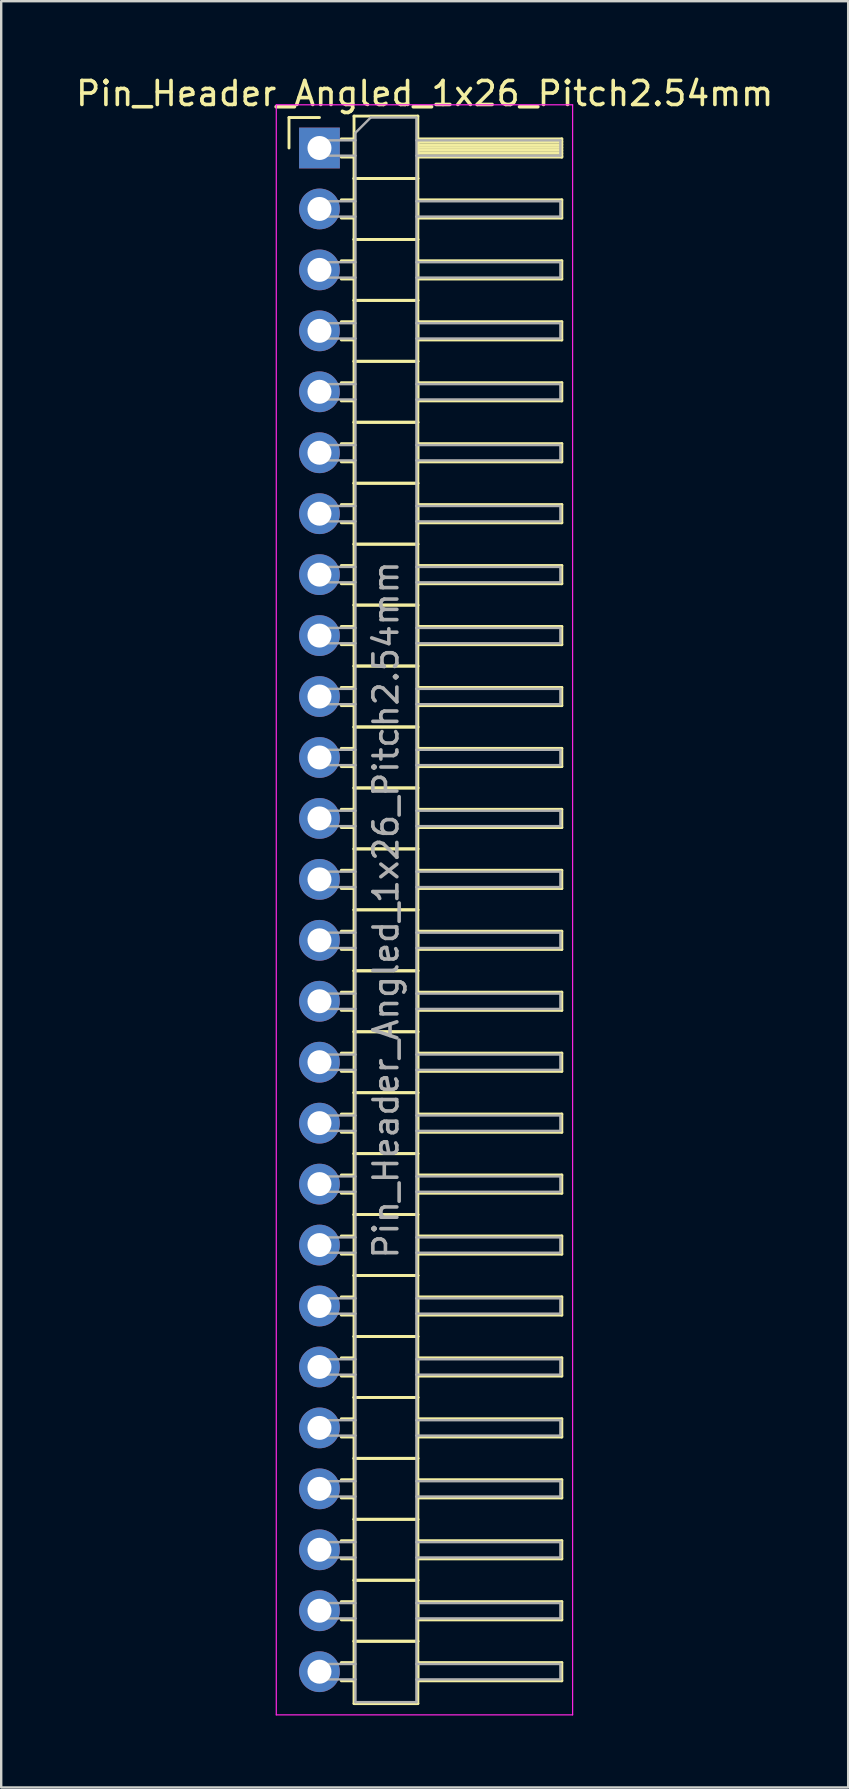
<source format=kicad_pcb>
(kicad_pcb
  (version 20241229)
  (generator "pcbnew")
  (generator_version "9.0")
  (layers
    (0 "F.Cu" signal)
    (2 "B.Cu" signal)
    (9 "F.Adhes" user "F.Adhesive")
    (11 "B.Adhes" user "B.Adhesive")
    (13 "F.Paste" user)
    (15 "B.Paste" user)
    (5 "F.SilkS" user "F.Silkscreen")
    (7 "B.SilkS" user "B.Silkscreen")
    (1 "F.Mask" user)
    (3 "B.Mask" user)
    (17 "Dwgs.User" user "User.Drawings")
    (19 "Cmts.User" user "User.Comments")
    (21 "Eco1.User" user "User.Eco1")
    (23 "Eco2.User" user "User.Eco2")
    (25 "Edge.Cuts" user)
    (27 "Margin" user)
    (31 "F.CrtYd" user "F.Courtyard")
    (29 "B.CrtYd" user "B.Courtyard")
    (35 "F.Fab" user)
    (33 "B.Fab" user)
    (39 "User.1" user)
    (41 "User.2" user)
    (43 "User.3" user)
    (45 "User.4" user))
  (footprint "Pin_Header_Angled_1x26_Pitch2.54mm"
    (layer "F.Cu")
    (at 10.264 3.118)
    (property "Reference" "Pin_Header_Angled_1x26_Pitch2.54mm" (at 4.385 -2.27 0) (layer "F.SilkS") (effects (font (size 1 1) (thickness 0.15))))
    (attr through_hole)
    (fp_line (start -1.27 -1.27) (end 0 -1.27) (stroke (width 0.12) (type solid)) (layer "F.SilkS"))
    (fp_line (start -1.27 0) (end -1.27 -1.27) (stroke (width 0.12) (type solid)) (layer "F.SilkS"))
    (fp_line (start 0.91 -0.38) (end 1.44 -0.38) (stroke (width 0.12) (type solid)) (layer "F.SilkS"))
    (fp_line (start 0.91 0.38) (end 1.44 0.38) (stroke (width 0.12) (type solid)) (layer "F.SilkS"))
    (fp_line (start 0.91 2.16) (end 1.44 2.16) (stroke (width 0.12) (type solid)) (layer "F.SilkS"))
    (fp_line (start 0.91 2.92) (end 1.44 2.92) (stroke (width 0.12) (type solid)) (layer "F.SilkS"))
    (fp_line (start 0.91 4.7) (end 1.44 4.7) (stroke (width 0.12) (type solid)) (layer "F.SilkS"))
    (fp_line (start 0.91 5.46) (end 1.44 5.46) (stroke (width 0.12) (type solid)) (layer "F.SilkS"))
    (fp_line (start 0.91 7.24) (end 1.44 7.24) (stroke (width 0.12) (type solid)) (layer "F.SilkS"))
    (fp_line (start 0.91 8) (end 1.44 8) (stroke (width 0.12) (type solid)) (layer "F.SilkS"))
    (fp_line (start 0.91 9.78) (end 1.44 9.78) (stroke (width 0.12) (type solid)) (layer "F.SilkS"))
    (fp_line (start 0.91 10.54) (end 1.44 10.54) (stroke (width 0.12) (type solid)) (layer "F.SilkS"))
    (fp_line (start 0.91 12.32) (end 1.44 12.32) (stroke (width 0.12) (type solid)) (layer "F.SilkS"))
    (fp_line (start 0.91 13.08) (end 1.44 13.08) (stroke (width 0.12) (type solid)) (layer "F.SilkS"))
    (fp_line (start 0.91 14.86) (end 1.44 14.86) (stroke (width 0.12) (type solid)) (layer "F.SilkS"))
    (fp_line (start 0.91 15.62) (end 1.44 15.62) (stroke (width 0.12) (type solid)) (layer "F.SilkS"))
    (fp_line (start 0.91 17.4) (end 1.44 17.4) (stroke (width 0.12) (type solid)) (layer "F.SilkS"))
    (fp_line (start 0.91 18.16) (end 1.44 18.16) (stroke (width 0.12) (type solid)) (layer "F.SilkS"))
    (fp_line (start 0.91 19.94) (end 1.44 19.94) (stroke (width 0.12) (type solid)) (layer "F.SilkS"))
    (fp_line (start 0.91 20.7) (end 1.44 20.7) (stroke (width 0.12) (type solid)) (layer "F.SilkS"))
    (fp_line (start 0.91 22.48) (end 1.44 22.48) (stroke (width 0.12) (type solid)) (layer "F.SilkS"))
    (fp_line (start 0.91 23.24) (end 1.44 23.24) (stroke (width 0.12) (type solid)) (layer "F.SilkS"))
    (fp_line (start 0.91 25.02) (end 1.44 25.02) (stroke (width 0.12) (type solid)) (layer "F.SilkS"))
    (fp_line (start 0.91 25.78) (end 1.44 25.78) (stroke (width 0.12) (type solid)) (layer "F.SilkS"))
    (fp_line (start 0.91 27.56) (end 1.44 27.56) (stroke (width 0.12) (type solid)) (layer "F.SilkS"))
    (fp_line (start 0.91 28.32) (end 1.44 28.32) (stroke (width 0.12) (type solid)) (layer "F.SilkS"))
    (fp_line (start 0.91 30.1) (end 1.44 30.1) (stroke (width 0.12) (type solid)) (layer "F.SilkS"))
    (fp_line (start 0.91 30.86) (end 1.44 30.86) (stroke (width 0.12) (type solid)) (layer "F.SilkS"))
    (fp_line (start 0.91 32.64) (end 1.44 32.64) (stroke (width 0.12) (type solid)) (layer "F.SilkS"))
    (fp_line (start 0.91 33.4) (end 1.44 33.4) (stroke (width 0.12) (type solid)) (layer "F.SilkS"))
    (fp_line (start 0.91 35.18) (end 1.44 35.18) (stroke (width 0.12) (type solid)) (layer "F.SilkS"))
    (fp_line (start 0.91 35.94) (end 1.44 35.94) (stroke (width 0.12) (type solid)) (layer "F.SilkS"))
    (fp_line (start 0.91 37.72) (end 1.44 37.72) (stroke (width 0.12) (type solid)) (layer "F.SilkS"))
    (fp_line (start 0.91 38.48) (end 1.44 38.48) (stroke (width 0.12) (type solid)) (layer "F.SilkS"))
    (fp_line (start 0.91 40.26) (end 1.44 40.26) (stroke (width 0.12) (type solid)) (layer "F.SilkS"))
    (fp_line (start 0.91 41.02) (end 1.44 41.02) (stroke (width 0.12) (type solid)) (layer "F.SilkS"))
    (fp_line (start 0.91 42.8) (end 1.44 42.8) (stroke (width 0.12) (type solid)) (layer "F.SilkS"))
    (fp_line (start 0.91 43.56) (end 1.44 43.56) (stroke (width 0.12) (type solid)) (layer "F.SilkS"))
    (fp_line (start 0.91 45.34) (end 1.44 45.34) (stroke (width 0.12) (type solid)) (layer "F.SilkS"))
    (fp_line (start 0.91 46.1) (end 1.44 46.1) (stroke (width 0.12) (type solid)) (layer "F.SilkS"))
    (fp_line (start 0.91 47.88) (end 1.44 47.88) (stroke (width 0.12) (type solid)) (layer "F.SilkS"))
    (fp_line (start 0.91 48.64) (end 1.44 48.64) (stroke (width 0.12) (type solid)) (layer "F.SilkS"))
    (fp_line (start 0.91 50.42) (end 1.44 50.42) (stroke (width 0.12) (type solid)) (layer "F.SilkS"))
    (fp_line (start 0.91 51.18) (end 1.44 51.18) (stroke (width 0.12) (type solid)) (layer "F.SilkS"))
    (fp_line (start 0.91 52.96) (end 1.44 52.96) (stroke (width 0.12) (type solid)) (layer "F.SilkS"))
    (fp_line (start 0.91 53.72) (end 1.44 53.72) (stroke (width 0.12) (type solid)) (layer "F.SilkS"))
    (fp_line (start 0.91 55.5) (end 1.44 55.5) (stroke (width 0.12) (type solid)) (layer "F.SilkS"))
    (fp_line (start 0.91 56.26) (end 1.44 56.26) (stroke (width 0.12) (type solid)) (layer "F.SilkS"))
    (fp_line (start 0.91 58.04) (end 1.44 58.04) (stroke (width 0.12) (type solid)) (layer "F.SilkS"))
    (fp_line (start 0.91 58.8) (end 1.44 58.8) (stroke (width 0.12) (type solid)) (layer "F.SilkS"))
    (fp_line (start 0.91 60.58) (end 1.44 60.58) (stroke (width 0.12) (type solid)) (layer "F.SilkS"))
    (fp_line (start 0.91 61.34) (end 1.44 61.34) (stroke (width 0.12) (type solid)) (layer "F.SilkS"))
    (fp_line (start 0.91 63.12) (end 1.44 63.12) (stroke (width 0.12) (type solid)) (layer "F.SilkS"))
    (fp_line (start 0.91 63.88) (end 1.44 63.88) (stroke (width 0.12) (type solid)) (layer "F.SilkS"))
    (fp_line (start 1.44 -1.33) (end 1.44 1.27) (stroke (width 0.12) (type solid)) (layer "F.SilkS"))
    (fp_line (start 1.44 1.27) (end 1.44 3.81) (stroke (width 0.12) (type solid)) (layer "F.SilkS"))
    (fp_line (start 1.44 1.27) (end 4.1 1.27) (stroke (width 0.12) (type solid)) (layer "F.SilkS"))
    (fp_line (start 1.44 3.81) (end 1.44 6.35) (stroke (width 0.12) (type solid)) (layer "F.SilkS"))
    (fp_line (start 1.44 3.81) (end 4.1 3.81) (stroke (width 0.12) (type solid)) (layer "F.SilkS"))
    (fp_line (start 1.44 6.35) (end 1.44 8.89) (stroke (width 0.12) (type solid)) (layer "F.SilkS"))
    (fp_line (start 1.44 6.35) (end 4.1 6.35) (stroke (width 0.12) (type solid)) (layer "F.SilkS"))
    (fp_line (start 1.44 8.89) (end 1.44 11.43) (stroke (width 0.12) (type solid)) (layer "F.SilkS"))
    (fp_line (start 1.44 8.89) (end 4.1 8.89) (stroke (width 0.12) (type solid)) (layer "F.SilkS"))
    (fp_line (start 1.44 11.43) (end 1.44 13.97) (stroke (width 0.12) (type solid)) (layer "F.SilkS"))
    (fp_line (start 1.44 11.43) (end 4.1 11.43) (stroke (width 0.12) (type solid)) (layer "F.SilkS"))
    (fp_line (start 1.44 13.97) (end 1.44 16.51) (stroke (width 0.12) (type solid)) (layer "F.SilkS"))
    (fp_line (start 1.44 13.97) (end 4.1 13.97) (stroke (width 0.12) (type solid)) (layer "F.SilkS"))
    (fp_line (start 1.44 16.51) (end 1.44 19.05) (stroke (width 0.12) (type solid)) (layer "F.SilkS"))
    (fp_line (start 1.44 16.51) (end 4.1 16.51) (stroke (width 0.12) (type solid)) (layer "F.SilkS"))
    (fp_line (start 1.44 19.05) (end 1.44 21.59) (stroke (width 0.12) (type solid)) (layer "F.SilkS"))
    (fp_line (start 1.44 19.05) (end 4.1 19.05) (stroke (width 0.12) (type solid)) (layer "F.SilkS"))
    (fp_line (start 1.44 21.59) (end 1.44 24.13) (stroke (width 0.12) (type solid)) (layer "F.SilkS"))
    (fp_line (start 1.44 21.59) (end 4.1 21.59) (stroke (width 0.12) (type solid)) (layer "F.SilkS"))
    (fp_line (start 1.44 24.13) (end 1.44 26.67) (stroke (width 0.12) (type solid)) (layer "F.SilkS"))
    (fp_line (start 1.44 24.13) (end 4.1 24.13) (stroke (width 0.12) (type solid)) (layer "F.SilkS"))
    (fp_line (start 1.44 26.67) (end 1.44 29.21) (stroke (width 0.12) (type solid)) (layer "F.SilkS"))
    (fp_line (start 1.44 26.67) (end 4.1 26.67) (stroke (width 0.12) (type solid)) (layer "F.SilkS"))
    (fp_line (start 1.44 29.21) (end 1.44 31.75) (stroke (width 0.12) (type solid)) (layer "F.SilkS"))
    (fp_line (start 1.44 29.21) (end 4.1 29.21) (stroke (width 0.12) (type solid)) (layer "F.SilkS"))
    (fp_line (start 1.44 31.75) (end 1.44 34.29) (stroke (width 0.12) (type solid)) (layer "F.SilkS"))
    (fp_line (start 1.44 31.75) (end 4.1 31.75) (stroke (width 0.12) (type solid)) (layer "F.SilkS"))
    (fp_line (start 1.44 34.29) (end 1.44 36.83) (stroke (width 0.12) (type solid)) (layer "F.SilkS"))
    (fp_line (start 1.44 34.29) (end 4.1 34.29) (stroke (width 0.12) (type solid)) (layer "F.SilkS"))
    (fp_line (start 1.44 36.83) (end 1.44 39.37) (stroke (width 0.12) (type solid)) (layer "F.SilkS"))
    (fp_line (start 1.44 36.83) (end 4.1 36.83) (stroke (width 0.12) (type solid)) (layer "F.SilkS"))
    (fp_line (start 1.44 39.37) (end 1.44 41.91) (stroke (width 0.12) (type solid)) (layer "F.SilkS"))
    (fp_line (start 1.44 39.37) (end 4.1 39.37) (stroke (width 0.12) (type solid)) (layer "F.SilkS"))
    (fp_line (start 1.44 41.91) (end 1.44 44.45) (stroke (width 0.12) (type solid)) (layer "F.SilkS"))
    (fp_line (start 1.44 41.91) (end 4.1 41.91) (stroke (width 0.12) (type solid)) (layer "F.SilkS"))
    (fp_line (start 1.44 44.45) (end 1.44 46.99) (stroke (width 0.12) (type solid)) (layer "F.SilkS"))
    (fp_line (start 1.44 44.45) (end 4.1 44.45) (stroke (width 0.12) (type solid)) (layer "F.SilkS"))
    (fp_line (start 1.44 46.99) (end 1.44 49.53) (stroke (width 0.12) (type solid)) (layer "F.SilkS"))
    (fp_line (start 1.44 46.99) (end 4.1 46.99) (stroke (width 0.12) (type solid)) (layer "F.SilkS"))
    (fp_line (start 1.44 49.53) (end 1.44 52.07) (stroke (width 0.12) (type solid)) (layer "F.SilkS"))
    (fp_line (start 1.44 49.53) (end 4.1 49.53) (stroke (width 0.12) (type solid)) (layer "F.SilkS"))
    (fp_line (start 1.44 52.07) (end 1.44 54.61) (stroke (width 0.12) (type solid)) (layer "F.SilkS"))
    (fp_line (start 1.44 52.07) (end 4.1 52.07) (stroke (width 0.12) (type solid)) (layer "F.SilkS"))
    (fp_line (start 1.44 54.61) (end 1.44 57.15) (stroke (width 0.12) (type solid)) (layer "F.SilkS"))
    (fp_line (start 1.44 54.61) (end 4.1 54.61) (stroke (width 0.12) (type solid)) (layer "F.SilkS"))
    (fp_line (start 1.44 57.15) (end 1.44 59.69) (stroke (width 0.12) (type solid)) (layer "F.SilkS"))
    (fp_line (start 1.44 57.15) (end 4.1 57.15) (stroke (width 0.12) (type solid)) (layer "F.SilkS"))
    (fp_line (start 1.44 59.69) (end 1.44 62.23) (stroke (width 0.12) (type solid)) (layer "F.SilkS"))
    (fp_line (start 1.44 59.69) (end 4.1 59.69) (stroke (width 0.12) (type solid)) (layer "F.SilkS"))
    (fp_line (start 1.44 62.23) (end 1.44 64.83) (stroke (width 0.12) (type solid)) (layer "F.SilkS"))
    (fp_line (start 1.44 62.23) (end 4.1 62.23) (stroke (width 0.12) (type solid)) (layer "F.SilkS"))
    (fp_line (start 1.44 64.83) (end 4.1 64.83) (stroke (width 0.12) (type solid)) (layer "F.SilkS"))
    (fp_line (start 4.1 -1.33) (end 1.44 -1.33) (stroke (width 0.12) (type solid)) (layer "F.SilkS"))
    (fp_line (start 4.1 -0.38) (end 4.1 0.38) (stroke (width 0.12) (type solid)) (layer "F.SilkS"))
    (fp_line (start 4.1 -0.26) (end 10.1 -0.26) (stroke (width 0.12) (type solid)) (layer "F.SilkS"))
    (fp_line (start 4.1 -0.14) (end 10.1 -0.14) (stroke (width 0.12) (type solid)) (layer "F.SilkS"))
    (fp_line (start 4.1 -0.02) (end 10.1 -0.02) (stroke (width 0.12) (type solid)) (layer "F.SilkS"))
    (fp_line (start 4.1 0.1) (end 10.1 0.1) (stroke (width 0.12) (type solid)) (layer "F.SilkS"))
    (fp_line (start 4.1 0.22) (end 10.1 0.22) (stroke (width 0.12) (type solid)) (layer "F.SilkS"))
    (fp_line (start 4.1 0.34) (end 10.1 0.34) (stroke (width 0.12) (type solid)) (layer "F.SilkS"))
    (fp_line (start 4.1 0.38) (end 10.1 0.38) (stroke (width 0.12) (type solid)) (layer "F.SilkS"))
    (fp_line (start 4.1 1.27) (end 1.44 1.27) (stroke (width 0.12) (type solid)) (layer "F.SilkS"))
    (fp_line (start 4.1 1.27) (end 4.1 -1.33) (stroke (width 0.12) (type solid)) (layer "F.SilkS"))
    (fp_line (start 4.1 2.16) (end 4.1 2.92) (stroke (width 0.12) (type solid)) (layer "F.SilkS"))
    (fp_line (start 4.1 2.92) (end 10.1 2.92) (stroke (width 0.12) (type solid)) (layer "F.SilkS"))
    (fp_line (start 4.1 3.81) (end 1.44 3.81) (stroke (width 0.12) (type solid)) (layer "F.SilkS"))
    (fp_line (start 4.1 3.81) (end 4.1 1.27) (stroke (width 0.12) (type solid)) (layer "F.SilkS"))
    (fp_line (start 4.1 4.7) (end 4.1 5.46) (stroke (width 0.12) (type solid)) (layer "F.SilkS"))
    (fp_line (start 4.1 5.46) (end 10.1 5.46) (stroke (width 0.12) (type solid)) (layer "F.SilkS"))
    (fp_line (start 4.1 6.35) (end 1.44 6.35) (stroke (width 0.12) (type solid)) (layer "F.SilkS"))
    (fp_line (start 4.1 6.35) (end 4.1 3.81) (stroke (width 0.12) (type solid)) (layer "F.SilkS"))
    (fp_line (start 4.1 7.24) (end 4.1 8) (stroke (width 0.12) (type solid)) (layer "F.SilkS"))
    (fp_line (start 4.1 8) (end 10.1 8) (stroke (width 0.12) (type solid)) (layer "F.SilkS"))
    (fp_line (start 4.1 8.89) (end 1.44 8.89) (stroke (width 0.12) (type solid)) (layer "F.SilkS"))
    (fp_line (start 4.1 8.89) (end 4.1 6.35) (stroke (width 0.12) (type solid)) (layer "F.SilkS"))
    (fp_line (start 4.1 9.78) (end 4.1 10.54) (stroke (width 0.12) (type solid)) (layer "F.SilkS"))
    (fp_line (start 4.1 10.54) (end 10.1 10.54) (stroke (width 0.12) (type solid)) (layer "F.SilkS"))
    (fp_line (start 4.1 11.43) (end 1.44 11.43) (stroke (width 0.12) (type solid)) (layer "F.SilkS"))
    (fp_line (start 4.1 11.43) (end 4.1 8.89) (stroke (width 0.12) (type solid)) (layer "F.SilkS"))
    (fp_line (start 4.1 12.32) (end 4.1 13.08) (stroke (width 0.12) (type solid)) (layer "F.SilkS"))
    (fp_line (start 4.1 13.08) (end 10.1 13.08) (stroke (width 0.12) (type solid)) (layer "F.SilkS"))
    (fp_line (start 4.1 13.97) (end 1.44 13.97) (stroke (width 0.12) (type solid)) (layer "F.SilkS"))
    (fp_line (start 4.1 13.97) (end 4.1 11.43) (stroke (width 0.12) (type solid)) (layer "F.SilkS"))
    (fp_line (start 4.1 14.86) (end 4.1 15.62) (stroke (width 0.12) (type solid)) (layer "F.SilkS"))
    (fp_line (start 4.1 15.62) (end 10.1 15.62) (stroke (width 0.12) (type solid)) (layer "F.SilkS"))
    (fp_line (start 4.1 16.51) (end 1.44 16.51) (stroke (width 0.12) (type solid)) (layer "F.SilkS"))
    (fp_line (start 4.1 16.51) (end 4.1 13.97) (stroke (width 0.12) (type solid)) (layer "F.SilkS"))
    (fp_line (start 4.1 17.4) (end 4.1 18.16) (stroke (width 0.12) (type solid)) (layer "F.SilkS"))
    (fp_line (start 4.1 18.16) (end 10.1 18.16) (stroke (width 0.12) (type solid)) (layer "F.SilkS"))
    (fp_line (start 4.1 19.05) (end 1.44 19.05) (stroke (width 0.12) (type solid)) (layer "F.SilkS"))
    (fp_line (start 4.1 19.05) (end 4.1 16.51) (stroke (width 0.12) (type solid)) (layer "F.SilkS"))
    (fp_line (start 4.1 19.94) (end 4.1 20.7) (stroke (width 0.12) (type solid)) (layer "F.SilkS"))
    (fp_line (start 4.1 20.7) (end 10.1 20.7) (stroke (width 0.12) (type solid)) (layer "F.SilkS"))
    (fp_line (start 4.1 21.59) (end 1.44 21.59) (stroke (width 0.12) (type solid)) (layer "F.SilkS"))
    (fp_line (start 4.1 21.59) (end 4.1 19.05) (stroke (width 0.12) (type solid)) (layer "F.SilkS"))
    (fp_line (start 4.1 22.48) (end 4.1 23.24) (stroke (width 0.12) (type solid)) (layer "F.SilkS"))
    (fp_line (start 4.1 23.24) (end 10.1 23.24) (stroke (width 0.12) (type solid)) (layer "F.SilkS"))
    (fp_line (start 4.1 24.13) (end 1.44 24.13) (stroke (width 0.12) (type solid)) (layer "F.SilkS"))
    (fp_line (start 4.1 24.13) (end 4.1 21.59) (stroke (width 0.12) (type solid)) (layer "F.SilkS"))
    (fp_line (start 4.1 25.02) (end 4.1 25.78) (stroke (width 0.12) (type solid)) (layer "F.SilkS"))
    (fp_line (start 4.1 25.78) (end 10.1 25.78) (stroke (width 0.12) (type solid)) (layer "F.SilkS"))
    (fp_line (start 4.1 26.67) (end 1.44 26.67) (stroke (width 0.12) (type solid)) (layer "F.SilkS"))
    (fp_line (start 4.1 26.67) (end 4.1 24.13) (stroke (width 0.12) (type solid)) (layer "F.SilkS"))
    (fp_line (start 4.1 27.56) (end 4.1 28.32) (stroke (width 0.12) (type solid)) (layer "F.SilkS"))
    (fp_line (start 4.1 28.32) (end 10.1 28.32) (stroke (width 0.12) (type solid)) (layer "F.SilkS"))
    (fp_line (start 4.1 29.21) (end 1.44 29.21) (stroke (width 0.12) (type solid)) (layer "F.SilkS"))
    (fp_line (start 4.1 29.21) (end 4.1 26.67) (stroke (width 0.12) (type solid)) (layer "F.SilkS"))
    (fp_line (start 4.1 30.1) (end 4.1 30.86) (stroke (width 0.12) (type solid)) (layer "F.SilkS"))
    (fp_line (start 4.1 30.86) (end 10.1 30.86) (stroke (width 0.12) (type solid)) (layer "F.SilkS"))
    (fp_line (start 4.1 31.75) (end 1.44 31.75) (stroke (width 0.12) (type solid)) (layer "F.SilkS"))
    (fp_line (start 4.1 31.75) (end 4.1 29.21) (stroke (width 0.12) (type solid)) (layer "F.SilkS"))
    (fp_line (start 4.1 32.64) (end 4.1 33.4) (stroke (width 0.12) (type solid)) (layer "F.SilkS"))
    (fp_line (start 4.1 33.4) (end 10.1 33.4) (stroke (width 0.12) (type solid)) (layer "F.SilkS"))
    (fp_line (start 4.1 34.29) (end 1.44 34.29) (stroke (width 0.12) (type solid)) (layer "F.SilkS"))
    (fp_line (start 4.1 34.29) (end 4.1 31.75) (stroke (width 0.12) (type solid)) (layer "F.SilkS"))
    (fp_line (start 4.1 35.18) (end 4.1 35.94) (stroke (width 0.12) (type solid)) (layer "F.SilkS"))
    (fp_line (start 4.1 35.94) (end 10.1 35.94) (stroke (width 0.12) (type solid)) (layer "F.SilkS"))
    (fp_line (start 4.1 36.83) (end 1.44 36.83) (stroke (width 0.12) (type solid)) (layer "F.SilkS"))
    (fp_line (start 4.1 36.83) (end 4.1 34.29) (stroke (width 0.12) (type solid)) (layer "F.SilkS"))
    (fp_line (start 4.1 37.72) (end 4.1 38.48) (stroke (width 0.12) (type solid)) (layer "F.SilkS"))
    (fp_line (start 4.1 38.48) (end 10.1 38.48) (stroke (width 0.12) (type solid)) (layer "F.SilkS"))
    (fp_line (start 4.1 39.37) (end 1.44 39.37) (stroke (width 0.12) (type solid)) (layer "F.SilkS"))
    (fp_line (start 4.1 39.37) (end 4.1 36.83) (stroke (width 0.12) (type solid)) (layer "F.SilkS"))
    (fp_line (start 4.1 40.26) (end 4.1 41.02) (stroke (width 0.12) (type solid)) (layer "F.SilkS"))
    (fp_line (start 4.1 41.02) (end 10.1 41.02) (stroke (width 0.12) (type solid)) (layer "F.SilkS"))
    (fp_line (start 4.1 41.91) (end 1.44 41.91) (stroke (width 0.12) (type solid)) (layer "F.SilkS"))
    (fp_line (start 4.1 41.91) (end 4.1 39.37) (stroke (width 0.12) (type solid)) (layer "F.SilkS"))
    (fp_line (start 4.1 42.8) (end 4.1 43.56) (stroke (width 0.12) (type solid)) (layer "F.SilkS"))
    (fp_line (start 4.1 43.56) (end 10.1 43.56) (stroke (width 0.12) (type solid)) (layer "F.SilkS"))
    (fp_line (start 4.1 44.45) (end 1.44 44.45) (stroke (width 0.12) (type solid)) (layer "F.SilkS"))
    (fp_line (start 4.1 44.45) (end 4.1 41.91) (stroke (width 0.12) (type solid)) (layer "F.SilkS"))
    (fp_line (start 4.1 45.34) (end 4.1 46.1) (stroke (width 0.12) (type solid)) (layer "F.SilkS"))
    (fp_line (start 4.1 46.1) (end 10.1 46.1) (stroke (width 0.12) (type solid)) (layer "F.SilkS"))
    (fp_line (start 4.1 46.99) (end 1.44 46.99) (stroke (width 0.12) (type solid)) (layer "F.SilkS"))
    (fp_line (start 4.1 46.99) (end 4.1 44.45) (stroke (width 0.12) (type solid)) (layer "F.SilkS"))
    (fp_line (start 4.1 47.88) (end 4.1 48.64) (stroke (width 0.12) (type solid)) (layer "F.SilkS"))
    (fp_line (start 4.1 48.64) (end 10.1 48.64) (stroke (width 0.12) (type solid)) (layer "F.SilkS"))
    (fp_line (start 4.1 49.53) (end 1.44 49.53) (stroke (width 0.12) (type solid)) (layer "F.SilkS"))
    (fp_line (start 4.1 49.53) (end 4.1 46.99) (stroke (width 0.12) (type solid)) (layer "F.SilkS"))
    (fp_line (start 4.1 50.42) (end 4.1 51.18) (stroke (width 0.12) (type solid)) (layer "F.SilkS"))
    (fp_line (start 4.1 51.18) (end 10.1 51.18) (stroke (width 0.12) (type solid)) (layer "F.SilkS"))
    (fp_line (start 4.1 52.07) (end 1.44 52.07) (stroke (width 0.12) (type solid)) (layer "F.SilkS"))
    (fp_line (start 4.1 52.07) (end 4.1 49.53) (stroke (width 0.12) (type solid)) (layer "F.SilkS"))
    (fp_line (start 4.1 52.96) (end 4.1 53.72) (stroke (width 0.12) (type solid)) (layer "F.SilkS"))
    (fp_line (start 4.1 53.72) (end 10.1 53.72) (stroke (width 0.12) (type solid)) (layer "F.SilkS"))
    (fp_line (start 4.1 54.61) (end 1.44 54.61) (stroke (width 0.12) (type solid)) (layer "F.SilkS"))
    (fp_line (start 4.1 54.61) (end 4.1 52.07) (stroke (width 0.12) (type solid)) (layer "F.SilkS"))
    (fp_line (start 4.1 55.5) (end 4.1 56.26) (stroke (width 0.12) (type solid)) (layer "F.SilkS"))
    (fp_line (start 4.1 56.26) (end 10.1 56.26) (stroke (width 0.12) (type solid)) (layer "F.SilkS"))
    (fp_line (start 4.1 57.15) (end 1.44 57.15) (stroke (width 0.12) (type solid)) (layer "F.SilkS"))
    (fp_line (start 4.1 57.15) (end 4.1 54.61) (stroke (width 0.12) (type solid)) (layer "F.SilkS"))
    (fp_line (start 4.1 58.04) (end 4.1 58.8) (stroke (width 0.12) (type solid)) (layer "F.SilkS"))
    (fp_line (start 4.1 58.8) (end 10.1 58.8) (stroke (width 0.12) (type solid)) (layer "F.SilkS"))
    (fp_line (start 4.1 59.69) (end 1.44 59.69) (stroke (width 0.12) (type solid)) (layer "F.SilkS"))
    (fp_line (start 4.1 59.69) (end 4.1 57.15) (stroke (width 0.12) (type solid)) (layer "F.SilkS"))
    (fp_line (start 4.1 60.58) (end 4.1 61.34) (stroke (width 0.12) (type solid)) (layer "F.SilkS"))
    (fp_line (start 4.1 61.34) (end 10.1 61.34) (stroke (width 0.12) (type solid)) (layer "F.SilkS"))
    (fp_line (start 4.1 62.23) (end 1.44 62.23) (stroke (width 0.12) (type solid)) (layer "F.SilkS"))
    (fp_line (start 4.1 62.23) (end 4.1 59.69) (stroke (width 0.12) (type solid)) (layer "F.SilkS"))
    (fp_line (start 4.1 63.12) (end 4.1 63.88) (stroke (width 0.12) (type solid)) (layer "F.SilkS"))
    (fp_line (start 4.1 63.88) (end 10.1 63.88) (stroke (width 0.12) (type solid)) (layer "F.SilkS"))
    (fp_line (start 4.1 64.83) (end 4.1 62.23) (stroke (width 0.12) (type solid)) (layer "F.SilkS"))
    (fp_line (start 10.1 -0.38) (end 4.1 -0.38) (stroke (width 0.12) (type solid)) (layer "F.SilkS"))
    (fp_line (start 10.1 0.38) (end 10.1 -0.38) (stroke (width 0.12) (type solid)) (layer "F.SilkS"))
    (fp_line (start 10.1 2.16) (end 4.1 2.16) (stroke (width 0.12) (type solid)) (layer "F.SilkS"))
    (fp_line (start 10.1 2.92) (end 10.1 2.16) (stroke (width 0.12) (type solid)) (layer "F.SilkS"))
    (fp_line (start 10.1 4.7) (end 4.1 4.7) (stroke (width 0.12) (type solid)) (layer "F.SilkS"))
    (fp_line (start 10.1 5.46) (end 10.1 4.7) (stroke (width 0.12) (type solid)) (layer "F.SilkS"))
    (fp_line (start 10.1 7.24) (end 4.1 7.24) (stroke (width 0.12) (type solid)) (layer "F.SilkS"))
    (fp_line (start 10.1 8) (end 10.1 7.24) (stroke (width 0.12) (type solid)) (layer "F.SilkS"))
    (fp_line (start 10.1 9.78) (end 4.1 9.78) (stroke (width 0.12) (type solid)) (layer "F.SilkS"))
    (fp_line (start 10.1 10.54) (end 10.1 9.78) (stroke (width 0.12) (type solid)) (layer "F.SilkS"))
    (fp_line (start 10.1 12.32) (end 4.1 12.32) (stroke (width 0.12) (type solid)) (layer "F.SilkS"))
    (fp_line (start 10.1 13.08) (end 10.1 12.32) (stroke (width 0.12) (type solid)) (layer "F.SilkS"))
    (fp_line (start 10.1 14.86) (end 4.1 14.86) (stroke (width 0.12) (type solid)) (layer "F.SilkS"))
    (fp_line (start 10.1 15.62) (end 10.1 14.86) (stroke (width 0.12) (type solid)) (layer "F.SilkS"))
    (fp_line (start 10.1 17.4) (end 4.1 17.4) (stroke (width 0.12) (type solid)) (layer "F.SilkS"))
    (fp_line (start 10.1 18.16) (end 10.1 17.4) (stroke (width 0.12) (type solid)) (layer "F.SilkS"))
    (fp_line (start 10.1 19.94) (end 4.1 19.94) (stroke (width 0.12) (type solid)) (layer "F.SilkS"))
    (fp_line (start 10.1 20.7) (end 10.1 19.94) (stroke (width 0.12) (type solid)) (layer "F.SilkS"))
    (fp_line (start 10.1 22.48) (end 4.1 22.48) (stroke (width 0.12) (type solid)) (layer "F.SilkS"))
    (fp_line (start 10.1 23.24) (end 10.1 22.48) (stroke (width 0.12) (type solid)) (layer "F.SilkS"))
    (fp_line (start 10.1 25.02) (end 4.1 25.02) (stroke (width 0.12) (type solid)) (layer "F.SilkS"))
    (fp_line (start 10.1 25.78) (end 10.1 25.02) (stroke (width 0.12) (type solid)) (layer "F.SilkS"))
    (fp_line (start 10.1 27.56) (end 4.1 27.56) (stroke (width 0.12) (type solid)) (layer "F.SilkS"))
    (fp_line (start 10.1 28.32) (end 10.1 27.56) (stroke (width 0.12) (type solid)) (layer "F.SilkS"))
    (fp_line (start 10.1 30.1) (end 4.1 30.1) (stroke (width 0.12) (type solid)) (layer "F.SilkS"))
    (fp_line (start 10.1 30.86) (end 10.1 30.1) (stroke (width 0.12) (type solid)) (layer "F.SilkS"))
    (fp_line (start 10.1 32.64) (end 4.1 32.64) (stroke (width 0.12) (type solid)) (layer "F.SilkS"))
    (fp_line (start 10.1 33.4) (end 10.1 32.64) (stroke (width 0.12) (type solid)) (layer "F.SilkS"))
    (fp_line (start 10.1 35.18) (end 4.1 35.18) (stroke (width 0.12) (type solid)) (layer "F.SilkS"))
    (fp_line (start 10.1 35.94) (end 10.1 35.18) (stroke (width 0.12) (type solid)) (layer "F.SilkS"))
    (fp_line (start 10.1 37.72) (end 4.1 37.72) (stroke (width 0.12) (type solid)) (layer "F.SilkS"))
    (fp_line (start 10.1 38.48) (end 10.1 37.72) (stroke (width 0.12) (type solid)) (layer "F.SilkS"))
    (fp_line (start 10.1 40.26) (end 4.1 40.26) (stroke (width 0.12) (type solid)) (layer "F.SilkS"))
    (fp_line (start 10.1 41.02) (end 10.1 40.26) (stroke (width 0.12) (type solid)) (layer "F.SilkS"))
    (fp_line (start 10.1 42.8) (end 4.1 42.8) (stroke (width 0.12) (type solid)) (layer "F.SilkS"))
    (fp_line (start 10.1 43.56) (end 10.1 42.8) (stroke (width 0.12) (type solid)) (layer "F.SilkS"))
    (fp_line (start 10.1 45.34) (end 4.1 45.34) (stroke (width 0.12) (type solid)) (layer "F.SilkS"))
    (fp_line (start 10.1 46.1) (end 10.1 45.34) (stroke (width 0.12) (type solid)) (layer "F.SilkS"))
    (fp_line (start 10.1 47.88) (end 4.1 47.88) (stroke (width 0.12) (type solid)) (layer "F.SilkS"))
    (fp_line (start 10.1 48.64) (end 10.1 47.88) (stroke (width 0.12) (type solid)) (layer "F.SilkS"))
    (fp_line (start 10.1 50.42) (end 4.1 50.42) (stroke (width 0.12) (type solid)) (layer "F.SilkS"))
    (fp_line (start 10.1 51.18) (end 10.1 50.42) (stroke (width 0.12) (type solid)) (layer "F.SilkS"))
    (fp_line (start 10.1 52.96) (end 4.1 52.96) (stroke (width 0.12) (type solid)) (layer "F.SilkS"))
    (fp_line (start 10.1 53.72) (end 10.1 52.96) (stroke (width 0.12) (type solid)) (layer "F.SilkS"))
    (fp_line (start 10.1 55.5) (end 4.1 55.5) (stroke (width 0.12) (type solid)) (layer "F.SilkS"))
    (fp_line (start 10.1 56.26) (end 10.1 55.5) (stroke (width 0.12) (type solid)) (layer "F.SilkS"))
    (fp_line (start 10.1 58.04) (end 4.1 58.04) (stroke (width 0.12) (type solid)) (layer "F.SilkS"))
    (fp_line (start 10.1 58.8) (end 10.1 58.04) (stroke (width 0.12) (type solid)) (layer "F.SilkS"))
    (fp_line (start 10.1 60.58) (end 4.1 60.58) (stroke (width 0.12) (type solid)) (layer "F.SilkS"))
    (fp_line (start 10.1 61.34) (end 10.1 60.58) (stroke (width 0.12) (type solid)) (layer "F.SilkS"))
    (fp_line (start 10.1 63.12) (end 4.1 63.12) (stroke (width 0.12) (type solid)) (layer "F.SilkS"))
    (fp_line (start 10.1 63.88) (end 10.1 63.12) (stroke (width 0.12) (type solid)) (layer "F.SilkS"))
    (fp_line (start -1.8 -1.8) (end -1.8 65.3) (stroke (width 0.05) (type solid)) (layer "F.CrtYd"))
    (fp_line (start -1.8 65.3) (end 10.55 65.3) (stroke (width 0.05) (type solid)) (layer "F.CrtYd"))
    (fp_line (start 10.55 -1.8) (end -1.8 -1.8) (stroke (width 0.05) (type solid)) (layer "F.CrtYd"))
    (fp_line (start 10.55 65.3) (end 10.55 -1.8) (stroke (width 0.05) (type solid)) (layer "F.CrtYd"))
    (fp_line (start -0.32 -0.32) (end -0.32 0.32) (stroke (width 0.1) (type solid)) (layer "F.Fab"))
    (fp_line (start -0.32 -0.32) (end 1.5 -0.32) (stroke (width 0.1) (type solid)) (layer "F.Fab"))
    (fp_line (start -0.32 0.32) (end 1.5 0.32) (stroke (width 0.1) (type solid)) (layer "F.Fab"))
    (fp_line (start -0.32 2.22) (end -0.32 2.86) (stroke (width 0.1) (type solid)) (layer "F.Fab"))
    (fp_line (start -0.32 2.22) (end 1.5 2.22) (stroke (width 0.1) (type solid)) (layer "F.Fab"))
    (fp_line (start -0.32 2.86) (end 1.5 2.86) (stroke (width 0.1) (type solid)) (layer "F.Fab"))
    (fp_line (start -0.32 4.76) (end -0.32 5.4) (stroke (width 0.1) (type solid)) (layer "F.Fab"))
    (fp_line (start -0.32 4.76) (end 1.5 4.76) (stroke (width 0.1) (type solid)) (layer "F.Fab"))
    (fp_line (start -0.32 5.4) (end 1.5 5.4) (stroke (width 0.1) (type solid)) (layer "F.Fab"))
    (fp_line (start -0.32 7.3) (end -0.32 7.94) (stroke (width 0.1) (type solid)) (layer "F.Fab"))
    (fp_line (start -0.32 7.3) (end 1.5 7.3) (stroke (width 0.1) (type solid)) (layer "F.Fab"))
    (fp_line (start -0.32 7.94) (end 1.5 7.94) (stroke (width 0.1) (type solid)) (layer "F.Fab"))
    (fp_line (start -0.32 9.84) (end -0.32 10.48) (stroke (width 0.1) (type solid)) (layer "F.Fab"))
    (fp_line (start -0.32 9.84) (end 1.5 9.84) (stroke (width 0.1) (type solid)) (layer "F.Fab"))
    (fp_line (start -0.32 10.48) (end 1.5 10.48) (stroke (width 0.1) (type solid)) (layer "F.Fab"))
    (fp_line (start -0.32 12.38) (end -0.32 13.02) (stroke (width 0.1) (type solid)) (layer "F.Fab"))
    (fp_line (start -0.32 12.38) (end 1.5 12.38) (stroke (width 0.1) (type solid)) (layer "F.Fab"))
    (fp_line (start -0.32 13.02) (end 1.5 13.02) (stroke (width 0.1) (type solid)) (layer "F.Fab"))
    (fp_line (start -0.32 14.92) (end -0.32 15.56) (stroke (width 0.1) (type solid)) (layer "F.Fab"))
    (fp_line (start -0.32 14.92) (end 1.5 14.92) (stroke (width 0.1) (type solid)) (layer "F.Fab"))
    (fp_line (start -0.32 15.56) (end 1.5 15.56) (stroke (width 0.1) (type solid)) (layer "F.Fab"))
    (fp_line (start -0.32 17.46) (end -0.32 18.1) (stroke (width 0.1) (type solid)) (layer "F.Fab"))
    (fp_line (start -0.32 17.46) (end 1.5 17.46) (stroke (width 0.1) (type solid)) (layer "F.Fab"))
    (fp_line (start -0.32 18.1) (end 1.5 18.1) (stroke (width 0.1) (type solid)) (layer "F.Fab"))
    (fp_line (start -0.32 20) (end -0.32 20.64) (stroke (width 0.1) (type solid)) (layer "F.Fab"))
    (fp_line (start -0.32 20) (end 1.5 20) (stroke (width 0.1) (type solid)) (layer "F.Fab"))
    (fp_line (start -0.32 20.64) (end 1.5 20.64) (stroke (width 0.1) (type solid)) (layer "F.Fab"))
    (fp_line (start -0.32 22.54) (end -0.32 23.18) (stroke (width 0.1) (type solid)) (layer "F.Fab"))
    (fp_line (start -0.32 22.54) (end 1.5 22.54) (stroke (width 0.1) (type solid)) (layer "F.Fab"))
    (fp_line (start -0.32 23.18) (end 1.5 23.18) (stroke (width 0.1) (type solid)) (layer "F.Fab"))
    (fp_line (start -0.32 25.08) (end -0.32 25.72) (stroke (width 0.1) (type solid)) (layer "F.Fab"))
    (fp_line (start -0.32 25.08) (end 1.5 25.08) (stroke (width 0.1) (type solid)) (layer "F.Fab"))
    (fp_line (start -0.32 25.72) (end 1.5 25.72) (stroke (width 0.1) (type solid)) (layer "F.Fab"))
    (fp_line (start -0.32 27.62) (end -0.32 28.26) (stroke (width 0.1) (type solid)) (layer "F.Fab"))
    (fp_line (start -0.32 27.62) (end 1.5 27.62) (stroke (width 0.1) (type solid)) (layer "F.Fab"))
    (fp_line (start -0.32 28.26) (end 1.5 28.26) (stroke (width 0.1) (type solid)) (layer "F.Fab"))
    (fp_line (start -0.32 30.16) (end -0.32 30.8) (stroke (width 0.1) (type solid)) (layer "F.Fab"))
    (fp_line (start -0.32 30.16) (end 1.5 30.16) (stroke (width 0.1) (type solid)) (layer "F.Fab"))
    (fp_line (start -0.32 30.8) (end 1.5 30.8) (stroke (width 0.1) (type solid)) (layer "F.Fab"))
    (fp_line (start -0.32 32.7) (end -0.32 33.34) (stroke (width 0.1) (type solid)) (layer "F.Fab"))
    (fp_line (start -0.32 32.7) (end 1.5 32.7) (stroke (width 0.1) (type solid)) (layer "F.Fab"))
    (fp_line (start -0.32 33.34) (end 1.5 33.34) (stroke (width 0.1) (type solid)) (layer "F.Fab"))
    (fp_line (start -0.32 35.24) (end -0.32 35.88) (stroke (width 0.1) (type solid)) (layer "F.Fab"))
    (fp_line (start -0.32 35.24) (end 1.5 35.24) (stroke (width 0.1) (type solid)) (layer "F.Fab"))
    (fp_line (start -0.32 35.88) (end 1.5 35.88) (stroke (width 0.1) (type solid)) (layer "F.Fab"))
    (fp_line (start -0.32 37.78) (end -0.32 38.42) (stroke (width 0.1) (type solid)) (layer "F.Fab"))
    (fp_line (start -0.32 37.78) (end 1.5 37.78) (stroke (width 0.1) (type solid)) (layer "F.Fab"))
    (fp_line (start -0.32 38.42) (end 1.5 38.42) (stroke (width 0.1) (type solid)) (layer "F.Fab"))
    (fp_line (start -0.32 40.32) (end -0.32 40.96) (stroke (width 0.1) (type solid)) (layer "F.Fab"))
    (fp_line (start -0.32 40.32) (end 1.5 40.32) (stroke (width 0.1) (type solid)) (layer "F.Fab"))
    (fp_line (start -0.32 40.96) (end 1.5 40.96) (stroke (width 0.1) (type solid)) (layer "F.Fab"))
    (fp_line (start -0.32 42.86) (end -0.32 43.5) (stroke (width 0.1) (type solid)) (layer "F.Fab"))
    (fp_line (start -0.32 42.86) (end 1.5 42.86) (stroke (width 0.1) (type solid)) (layer "F.Fab"))
    (fp_line (start -0.32 43.5) (end 1.5 43.5) (stroke (width 0.1) (type solid)) (layer "F.Fab"))
    (fp_line (start -0.32 45.4) (end -0.32 46.04) (stroke (width 0.1) (type solid)) (layer "F.Fab"))
    (fp_line (start -0.32 45.4) (end 1.5 45.4) (stroke (width 0.1) (type solid)) (layer "F.Fab"))
    (fp_line (start -0.32 46.04) (end 1.5 46.04) (stroke (width 0.1) (type solid)) (layer "F.Fab"))
    (fp_line (start -0.32 47.94) (end -0.32 48.58) (stroke (width 0.1) (type solid)) (layer "F.Fab"))
    (fp_line (start -0.32 47.94) (end 1.5 47.94) (stroke (width 0.1) (type solid)) (layer "F.Fab"))
    (fp_line (start -0.32 48.58) (end 1.5 48.58) (stroke (width 0.1) (type solid)) (layer "F.Fab"))
    (fp_line (start -0.32 50.48) (end -0.32 51.12) (stroke (width 0.1) (type solid)) (layer "F.Fab"))
    (fp_line (start -0.32 50.48) (end 1.5 50.48) (stroke (width 0.1) (type solid)) (layer "F.Fab"))
    (fp_line (start -0.32 51.12) (end 1.5 51.12) (stroke (width 0.1) (type solid)) (layer "F.Fab"))
    (fp_line (start -0.32 53.02) (end -0.32 53.66) (stroke (width 0.1) (type solid)) (layer "F.Fab"))
    (fp_line (start -0.32 53.02) (end 1.5 53.02) (stroke (width 0.1) (type solid)) (layer "F.Fab"))
    (fp_line (start -0.32 53.66) (end 1.5 53.66) (stroke (width 0.1) (type solid)) (layer "F.Fab"))
    (fp_line (start -0.32 55.56) (end -0.32 56.2) (stroke (width 0.1) (type solid)) (layer "F.Fab"))
    (fp_line (start -0.32 55.56) (end 1.5 55.56) (stroke (width 0.1) (type solid)) (layer "F.Fab"))
    (fp_line (start -0.32 56.2) (end 1.5 56.2) (stroke (width 0.1) (type solid)) (layer "F.Fab"))
    (fp_line (start -0.32 58.1) (end -0.32 58.74) (stroke (width 0.1) (type solid)) (layer "F.Fab"))
    (fp_line (start -0.32 58.1) (end 1.5 58.1) (stroke (width 0.1) (type solid)) (layer "F.Fab"))
    (fp_line (start -0.32 58.74) (end 1.5 58.74) (stroke (width 0.1) (type solid)) (layer "F.Fab"))
    (fp_line (start -0.32 60.64) (end -0.32 61.28) (stroke (width 0.1) (type solid)) (layer "F.Fab"))
    (fp_line (start -0.32 60.64) (end 1.5 60.64) (stroke (width 0.1) (type solid)) (layer "F.Fab"))
    (fp_line (start -0.32 61.28) (end 1.5 61.28) (stroke (width 0.1) (type solid)) (layer "F.Fab"))
    (fp_line (start -0.32 63.18) (end -0.32 63.82) (stroke (width 0.1) (type solid)) (layer "F.Fab"))
    (fp_line (start -0.32 63.18) (end 1.5 63.18) (stroke (width 0.1) (type solid)) (layer "F.Fab"))
    (fp_line (start -0.32 63.82) (end 1.5 63.82) (stroke (width 0.1) (type solid)) (layer "F.Fab"))
    (fp_line (start 1.5 -0.635) (end 2.135 -1.27) (stroke (width 0.1) (type solid)) (layer "F.Fab"))
    (fp_line (start 1.5 64.77) (end 1.5 -0.635) (stroke (width 0.1) (type solid)) (layer "F.Fab"))
    (fp_line (start 2.135 -1.27) (end 4.04 -1.27) (stroke (width 0.1) (type solid)) (layer "F.Fab"))
    (fp_line (start 4.04 -1.27) (end 4.04 64.77) (stroke (width 0.1) (type solid)) (layer "F.Fab"))
    (fp_line (start 4.04 -0.32) (end 10.04 -0.32) (stroke (width 0.1) (type solid)) (layer "F.Fab"))
    (fp_line (start 4.04 0.32) (end 10.04 0.32) (stroke (width 0.1) (type solid)) (layer "F.Fab"))
    (fp_line (start 4.04 2.22) (end 10.04 2.22) (stroke (width 0.1) (type solid)) (layer "F.Fab"))
    (fp_line (start 4.04 2.86) (end 10.04 2.86) (stroke (width 0.1) (type solid)) (layer "F.Fab"))
    (fp_line (start 4.04 4.76) (end 10.04 4.76) (stroke (width 0.1) (type solid)) (layer "F.Fab"))
    (fp_line (start 4.04 5.4) (end 10.04 5.4) (stroke (width 0.1) (type solid)) (layer "F.Fab"))
    (fp_line (start 4.04 7.3) (end 10.04 7.3) (stroke (width 0.1) (type solid)) (layer "F.Fab"))
    (fp_line (start 4.04 7.94) (end 10.04 7.94) (stroke (width 0.1) (type solid)) (layer "F.Fab"))
    (fp_line (start 4.04 9.84) (end 10.04 9.84) (stroke (width 0.1) (type solid)) (layer "F.Fab"))
    (fp_line (start 4.04 10.48) (end 10.04 10.48) (stroke (width 0.1) (type solid)) (layer "F.Fab"))
    (fp_line (start 4.04 12.38) (end 10.04 12.38) (stroke (width 0.1) (type solid)) (layer "F.Fab"))
    (fp_line (start 4.04 13.02) (end 10.04 13.02) (stroke (width 0.1) (type solid)) (layer "F.Fab"))
    (fp_line (start 4.04 14.92) (end 10.04 14.92) (stroke (width 0.1) (type solid)) (layer "F.Fab"))
    (fp_line (start 4.04 15.56) (end 10.04 15.56) (stroke (width 0.1) (type solid)) (layer "F.Fab"))
    (fp_line (start 4.04 17.46) (end 10.04 17.46) (stroke (width 0.1) (type solid)) (layer "F.Fab"))
    (fp_line (start 4.04 18.1) (end 10.04 18.1) (stroke (width 0.1) (type solid)) (layer "F.Fab"))
    (fp_line (start 4.04 20) (end 10.04 20) (stroke (width 0.1) (type solid)) (layer "F.Fab"))
    (fp_line (start 4.04 20.64) (end 10.04 20.64) (stroke (width 0.1) (type solid)) (layer "F.Fab"))
    (fp_line (start 4.04 22.54) (end 10.04 22.54) (stroke (width 0.1) (type solid)) (layer "F.Fab"))
    (fp_line (start 4.04 23.18) (end 10.04 23.18) (stroke (width 0.1) (type solid)) (layer "F.Fab"))
    (fp_line (start 4.04 25.08) (end 10.04 25.08) (stroke (width 0.1) (type solid)) (layer "F.Fab"))
    (fp_line (start 4.04 25.72) (end 10.04 25.72) (stroke (width 0.1) (type solid)) (layer "F.Fab"))
    (fp_line (start 4.04 27.62) (end 10.04 27.62) (stroke (width 0.1) (type solid)) (layer "F.Fab"))
    (fp_line (start 4.04 28.26) (end 10.04 28.26) (stroke (width 0.1) (type solid)) (layer "F.Fab"))
    (fp_line (start 4.04 30.16) (end 10.04 30.16) (stroke (width 0.1) (type solid)) (layer "F.Fab"))
    (fp_line (start 4.04 30.8) (end 10.04 30.8) (stroke (width 0.1) (type solid)) (layer "F.Fab"))
    (fp_line (start 4.04 32.7) (end 10.04 32.7) (stroke (width 0.1) (type solid)) (layer "F.Fab"))
    (fp_line (start 4.04 33.34) (end 10.04 33.34) (stroke (width 0.1) (type solid)) (layer "F.Fab"))
    (fp_line (start 4.04 35.24) (end 10.04 35.24) (stroke (width 0.1) (type solid)) (layer "F.Fab"))
    (fp_line (start 4.04 35.88) (end 10.04 35.88) (stroke (width 0.1) (type solid)) (layer "F.Fab"))
    (fp_line (start 4.04 37.78) (end 10.04 37.78) (stroke (width 0.1) (type solid)) (layer "F.Fab"))
    (fp_line (start 4.04 38.42) (end 10.04 38.42) (stroke (width 0.1) (type solid)) (layer "F.Fab"))
    (fp_line (start 4.04 40.32) (end 10.04 40.32) (stroke (width 0.1) (type solid)) (layer "F.Fab"))
    (fp_line (start 4.04 40.96) (end 10.04 40.96) (stroke (width 0.1) (type solid)) (layer "F.Fab"))
    (fp_line (start 4.04 42.86) (end 10.04 42.86) (stroke (width 0.1) (type solid)) (layer "F.Fab"))
    (fp_line (start 4.04 43.5) (end 10.04 43.5) (stroke (width 0.1) (type solid)) (layer "F.Fab"))
    (fp_line (start 4.04 45.4) (end 10.04 45.4) (stroke (width 0.1) (type solid)) (layer "F.Fab"))
    (fp_line (start 4.04 46.04) (end 10.04 46.04) (stroke (width 0.1) (type solid)) (layer "F.Fab"))
    (fp_line (start 4.04 47.94) (end 10.04 47.94) (stroke (width 0.1) (type solid)) (layer "F.Fab"))
    (fp_line (start 4.04 48.58) (end 10.04 48.58) (stroke (width 0.1) (type solid)) (layer "F.Fab"))
    (fp_line (start 4.04 50.48) (end 10.04 50.48) (stroke (width 0.1) (type solid)) (layer "F.Fab"))
    (fp_line (start 4.04 51.12) (end 10.04 51.12) (stroke (width 0.1) (type solid)) (layer "F.Fab"))
    (fp_line (start 4.04 53.02) (end 10.04 53.02) (stroke (width 0.1) (type solid)) (layer "F.Fab"))
    (fp_line (start 4.04 53.66) (end 10.04 53.66) (stroke (width 0.1) (type solid)) (layer "F.Fab"))
    (fp_line (start 4.04 55.56) (end 10.04 55.56) (stroke (width 0.1) (type solid)) (layer "F.Fab"))
    (fp_line (start 4.04 56.2) (end 10.04 56.2) (stroke (width 0.1) (type solid)) (layer "F.Fab"))
    (fp_line (start 4.04 58.1) (end 10.04 58.1) (stroke (width 0.1) (type solid)) (layer "F.Fab"))
    (fp_line (start 4.04 58.74) (end 10.04 58.74) (stroke (width 0.1) (type solid)) (layer "F.Fab"))
    (fp_line (start 4.04 60.64) (end 10.04 60.64) (stroke (width 0.1) (type solid)) (layer "F.Fab"))
    (fp_line (start 4.04 61.28) (end 10.04 61.28) (stroke (width 0.1) (type solid)) (layer "F.Fab"))
    (fp_line (start 4.04 63.18) (end 10.04 63.18) (stroke (width 0.1) (type solid)) (layer "F.Fab"))
    (fp_line (start 4.04 63.82) (end 10.04 63.82) (stroke (width 0.1) (type solid)) (layer "F.Fab"))
    (fp_line (start 4.04 64.77) (end 1.5 64.77) (stroke (width 0.1) (type solid)) (layer "F.Fab"))
    (fp_line (start 10.04 -0.32) (end 10.04 0.32) (stroke (width 0.1) (type solid)) (layer "F.Fab"))
    (fp_line (start 10.04 2.22) (end 10.04 2.86) (stroke (width 0.1) (type solid)) (layer "F.Fab"))
    (fp_line (start 10.04 4.76) (end 10.04 5.4) (stroke (width 0.1) (type solid)) (layer "F.Fab"))
    (fp_line (start 10.04 7.3) (end 10.04 7.94) (stroke (width 0.1) (type solid)) (layer "F.Fab"))
    (fp_line (start 10.04 9.84) (end 10.04 10.48) (stroke (width 0.1) (type solid)) (layer "F.Fab"))
    (fp_line (start 10.04 12.38) (end 10.04 13.02) (stroke (width 0.1) (type solid)) (layer "F.Fab"))
    (fp_line (start 10.04 14.92) (end 10.04 15.56) (stroke (width 0.1) (type solid)) (layer "F.Fab"))
    (fp_line (start 10.04 17.46) (end 10.04 18.1) (stroke (width 0.1) (type solid)) (layer "F.Fab"))
    (fp_line (start 10.04 20) (end 10.04 20.64) (stroke (width 0.1) (type solid)) (layer "F.Fab"))
    (fp_line (start 10.04 22.54) (end 10.04 23.18) (stroke (width 0.1) (type solid)) (layer "F.Fab"))
    (fp_line (start 10.04 25.08) (end 10.04 25.72) (stroke (width 0.1) (type solid)) (layer "F.Fab"))
    (fp_line (start 10.04 27.62) (end 10.04 28.26) (stroke (width 0.1) (type solid)) (layer "F.Fab"))
    (fp_line (start 10.04 30.16) (end 10.04 30.8) (stroke (width 0.1) (type solid)) (layer "F.Fab"))
    (fp_line (start 10.04 32.7) (end 10.04 33.34) (stroke (width 0.1) (type solid)) (layer "F.Fab"))
    (fp_line (start 10.04 35.24) (end 10.04 35.88) (stroke (width 0.1) (type solid)) (layer "F.Fab"))
    (fp_line (start 10.04 37.78) (end 10.04 38.42) (stroke (width 0.1) (type solid)) (layer "F.Fab"))
    (fp_line (start 10.04 40.32) (end 10.04 40.96) (stroke (width 0.1) (type solid)) (layer "F.Fab"))
    (fp_line (start 10.04 42.86) (end 10.04 43.5) (stroke (width 0.1) (type solid)) (layer "F.Fab"))
    (fp_line (start 10.04 45.4) (end 10.04 46.04) (stroke (width 0.1) (type solid)) (layer "F.Fab"))
    (fp_line (start 10.04 47.94) (end 10.04 48.58) (stroke (width 0.1) (type solid)) (layer "F.Fab"))
    (fp_line (start 10.04 50.48) (end 10.04 51.12) (stroke (width 0.1) (type solid)) (layer "F.Fab"))
    (fp_line (start 10.04 53.02) (end 10.04 53.66) (stroke (width 0.1) (type solid)) (layer "F.Fab"))
    (fp_line (start 10.04 55.56) (end 10.04 56.2) (stroke (width 0.1) (type solid)) (layer "F.Fab"))
    (fp_line (start 10.04 58.1) (end 10.04 58.74) (stroke (width 0.1) (type solid)) (layer "F.Fab"))
    (fp_line (start 10.04 60.64) (end 10.04 61.28) (stroke (width 0.1) (type solid)) (layer "F.Fab"))
    (fp_line (start 10.04 63.18) (end 10.04 63.82) (stroke (width 0.1) (type solid)) (layer "F.Fab"))
    (fp_text user "${REFERENCE}" (at 2.77 31.75 90) (layer "F.Fab") (effects (font (size 1 1) (thickness 0.15))))
    (pad "1" thru_hole rect (at 0 0) (size 1.7 1.7) (drill 1) (layers "*.Cu" "*.Mask"))
    (pad "2" thru_hole oval (at 0 2.54) (size 1.7 1.7) (drill 1) (layers "*.Cu" "*.Mask"))
    (pad "3" thru_hole oval (at 0 5.08) (size 1.7 1.7) (drill 1) (layers "*.Cu" "*.Mask"))
    (pad "4" thru_hole oval (at 0 7.62) (size 1.7 1.7) (drill 1) (layers "*.Cu" "*.Mask"))
    (pad "5" thru_hole oval (at 0 10.16) (size 1.7 1.7) (drill 1) (layers "*.Cu" "*.Mask"))
    (pad "6" thru_hole oval (at 0 12.7) (size 1.7 1.7) (drill 1) (layers "*.Cu" "*.Mask"))
    (pad "7" thru_hole oval (at 0 15.24) (size 1.7 1.7) (drill 1) (layers "*.Cu" "*.Mask"))
    (pad "8" thru_hole oval (at 0 17.78) (size 1.7 1.7) (drill 1) (layers "*.Cu" "*.Mask"))
    (pad "9" thru_hole oval (at 0 20.32) (size 1.7 1.7) (drill 1) (layers "*.Cu" "*.Mask"))
    (pad "10" thru_hole oval (at 0 22.86) (size 1.7 1.7) (drill 1) (layers "*.Cu" "*.Mask"))
    (pad "11" thru_hole oval (at 0 25.4) (size 1.7 1.7) (drill 1) (layers "*.Cu" "*.Mask"))
    (pad "12" thru_hole oval (at 0 27.94) (size 1.7 1.7) (drill 1) (layers "*.Cu" "*.Mask"))
    (pad "13" thru_hole oval (at 0 30.48) (size 1.7 1.7) (drill 1) (layers "*.Cu" "*.Mask"))
    (pad "14" thru_hole oval (at 0 33.02) (size 1.7 1.7) (drill 1) (layers "*.Cu" "*.Mask"))
    (pad "15" thru_hole oval (at 0 35.56) (size 1.7 1.7) (drill 1) (layers "*.Cu" "*.Mask"))
    (pad "16" thru_hole oval (at 0 38.1) (size 1.7 1.7) (drill 1) (layers "*.Cu" "*.Mask"))
    (pad "17" thru_hole oval (at 0 40.64) (size 1.7 1.7) (drill 1) (layers "*.Cu" "*.Mask"))
    (pad "18" thru_hole oval (at 0 43.18) (size 1.7 1.7) (drill 1) (layers "*.Cu" "*.Mask"))
    (pad "19" thru_hole oval (at 0 45.72) (size 1.7 1.7) (drill 1) (layers "*.Cu" "*.Mask"))
    (pad "20" thru_hole oval (at 0 48.26) (size 1.7 1.7) (drill 1) (layers "*.Cu" "*.Mask"))
    (pad "21" thru_hole oval (at 0 50.8) (size 1.7 1.7) (drill 1) (layers "*.Cu" "*.Mask"))
    (pad "22" thru_hole oval (at 0 53.34) (size 1.7 1.7) (drill 1) (layers "*.Cu" "*.Mask"))
    (pad "23" thru_hole oval (at 0 55.88) (size 1.7 1.7) (drill 1) (layers "*.Cu" "*.Mask"))
    (pad "24" thru_hole oval (at 0 58.42) (size 1.7 1.7) (drill 1) (layers "*.Cu" "*.Mask"))
    (pad "25" thru_hole oval (at 0 60.96) (size 1.7 1.7) (drill 1) (layers "*.Cu" "*.Mask"))
    (pad "26" thru_hole oval (at 0 63.5) (size 1.7 1.7) (drill 1) (layers "*.Cu" "*.Mask")))
  (gr_rect
    (start -3 -3)
    (end 32.298 71.443)
    (stroke (width 0.1) (type default))
    (fill no)
    (layer "Edge.Cuts")))
</source>
